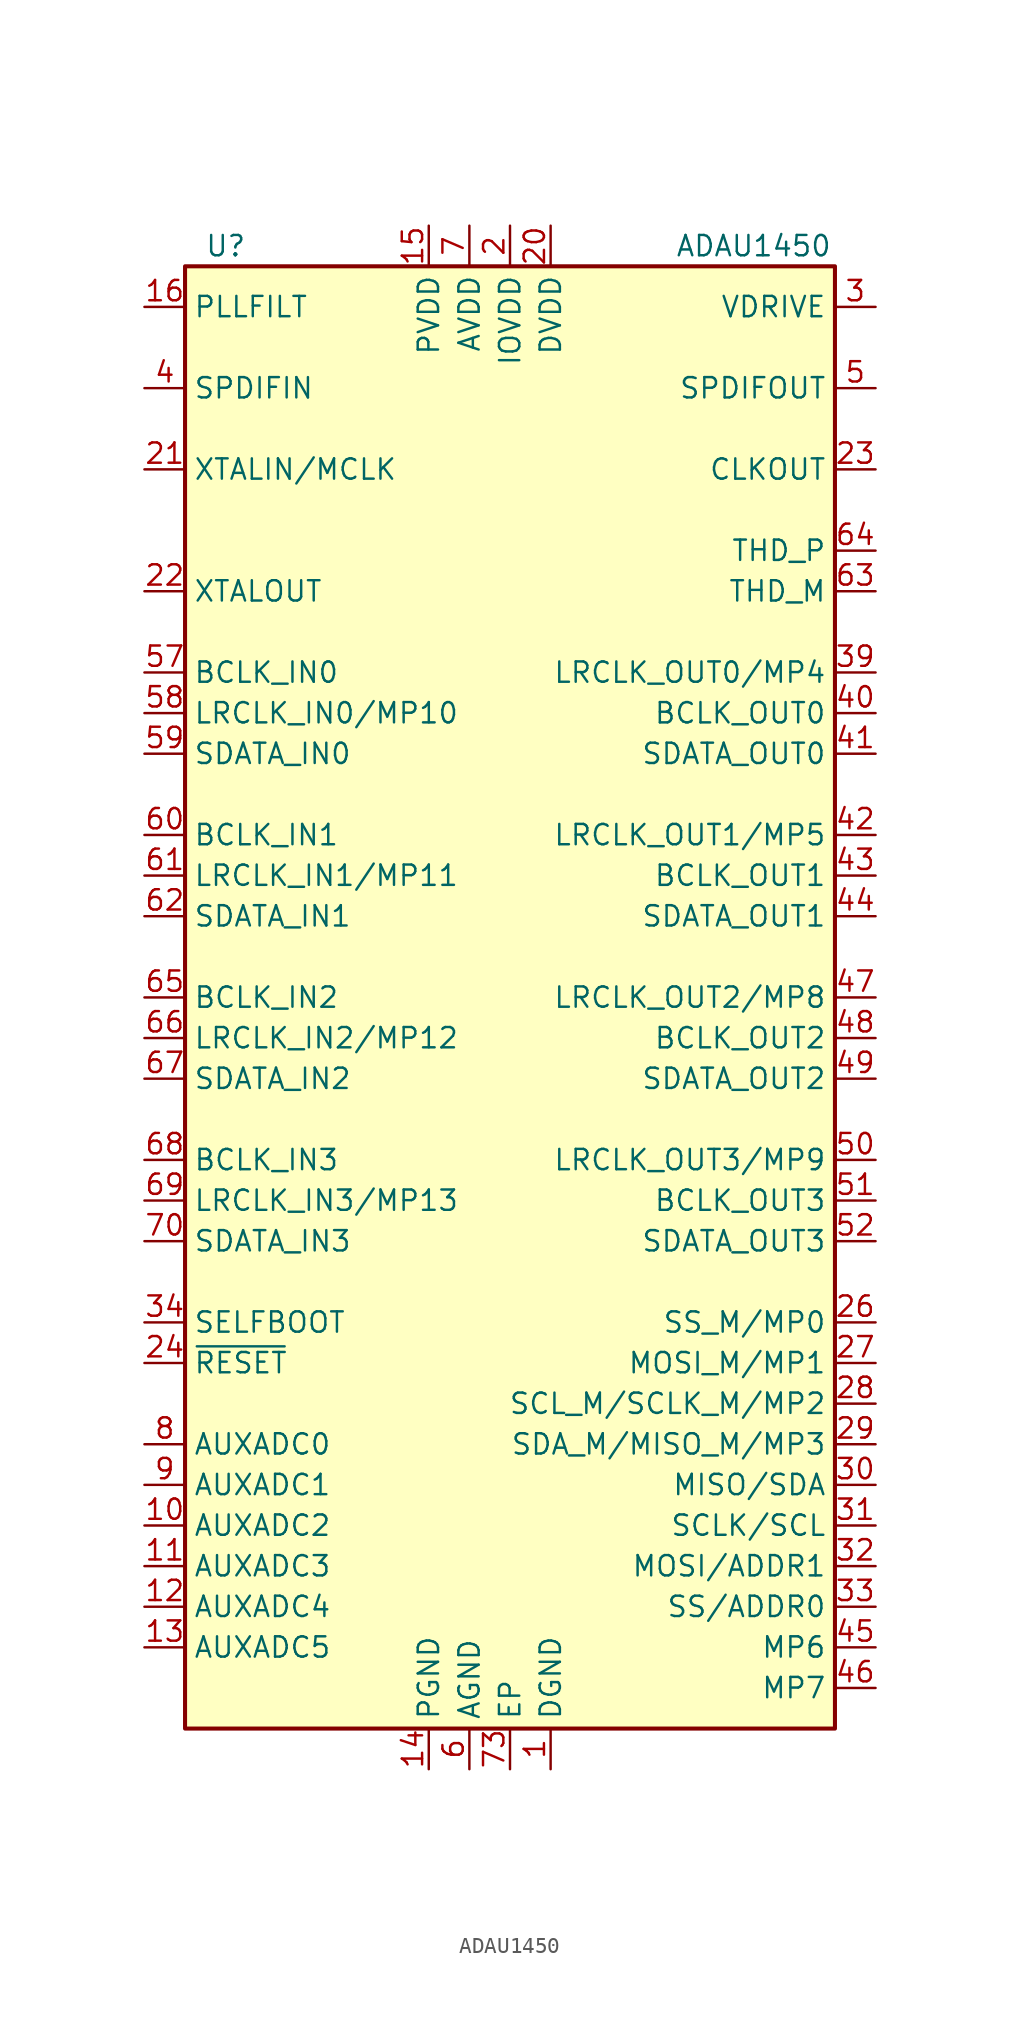
<source format=kicad_sym>
(kicad_symbol_lib
  (version 20241209)
  (generator "kicad_symbol_editor")
  (generator_version "9.0")
  (symbol "ADAU1450"
    (property "Reference" "U"
      (at -17.78 46.99 0)
      (effects (font (size 1.27 1.27))))
    (property "Value" "ADAU1450"
      (at 15.24 46.99 0)
      (effects (font (size 1.27 1.27))))
    (symbol "ADAU1450_0_1"
      (rectangle (start -20.32 45.72) (end 20.32 -45.72) (stroke (width 0.254) (type default)) (fill (type background))))
    (symbol "ADAU1450_1_1"
      (pin passive line (at -22.86 43.18 0) (length 2.54) (name "PLLFILT" (effects (font (size 1.27 1.27)))) (number "16" (effects (font (size 1.27 1.27)))))
      (pin input line (at -22.86 38.1 0) (length 2.54) (name "SPDIFIN" (effects (font (size 1.27 1.27)))) (number "4" (effects (font (size 1.27 1.27)))))
      (pin input line (at -22.86 33.02 0) (length 2.54) (name "XTALIN/MCLK" (effects (font (size 1.27 1.27)))) (number "21" (effects (font (size 1.27 1.27)))))
      (pin output line (at -22.86 25.4 0) (length 2.54) (name "XTALOUT" (effects (font (size 1.27 1.27)))) (number "22" (effects (font (size 1.27 1.27)))))
      (pin bidirectional line (at -22.86 20.32 0) (length 2.54) (name "BCLK_IN0" (effects (font (size 1.27 1.27)))) (number "57" (effects (font (size 1.27 1.27)))))
      (pin bidirectional line (at -22.86 17.78 0) (length 2.54) (name "LRCLK_IN0/MP10" (effects (font (size 1.27 1.27)))) (number "58" (effects (font (size 1.27 1.27)))))
      (pin input line (at -22.86 15.24 0) (length 2.54) (name "SDATA_IN0" (effects (font (size 1.27 1.27)))) (number "59" (effects (font (size 1.27 1.27)))))
      (pin bidirectional line (at -22.86 10.16 0) (length 2.54) (name "BCLK_IN1" (effects (font (size 1.27 1.27)))) (number "60" (effects (font (size 1.27 1.27)))))
      (pin bidirectional line (at -22.86 7.62 0) (length 2.54) (name "LRCLK_IN1/MP11" (effects (font (size 1.27 1.27)))) (number "61" (effects (font (size 1.27 1.27)))))
      (pin input line (at -22.86 5.08 0) (length 2.54) (name "SDATA_IN1" (effects (font (size 1.27 1.27)))) (number "62" (effects (font (size 1.27 1.27)))))
      (pin bidirectional line (at -22.86 0 0) (length 2.54) (name "BCLK_IN2" (effects (font (size 1.27 1.27)))) (number "65" (effects (font (size 1.27 1.27)))))
      (pin bidirectional line (at -22.86 -2.54 0) (length 2.54) (name "LRCLK_IN2/MP12" (effects (font (size 1.27 1.27)))) (number "66" (effects (font (size 1.27 1.27)))))
      (pin input line (at -22.86 -5.08 0) (length 2.54) (name "SDATA_IN2" (effects (font (size 1.27 1.27)))) (number "67" (effects (font (size 1.27 1.27)))))
      (pin bidirectional line (at -22.86 -10.16 0) (length 2.54) (name "BCLK_IN3" (effects (font (size 1.27 1.27)))) (number "68" (effects (font (size 1.27 1.27)))))
      (pin bidirectional line (at -22.86 -12.7 0) (length 2.54) (name "LRCLK_IN3/MP13" (effects (font (size 1.27 1.27)))) (number "69" (effects (font (size 1.27 1.27)))))
      (pin input line (at -22.86 -15.24 0) (length 2.54) (name "SDATA_IN3" (effects (font (size 1.27 1.27)))) (number "70" (effects (font (size 1.27 1.27)))))
      (pin input line (at -22.86 -20.32 0) (length 2.54) (name "SELFBOOT" (effects (font (size 1.27 1.27)))) (number "34" (effects (font (size 1.27 1.27)))))
      (pin input line (at -22.86 -22.86 0) (length 2.54) (name "~{RESET}" (effects (font (size 1.27 1.27)))) (number "24" (effects (font (size 1.27 1.27)))))
      (pin input line (at -22.86 -27.94 0) (length 2.54) (name "AUXADC0" (effects (font (size 1.27 1.27)))) (number "8" (effects (font (size 1.27 1.27)))))
      (pin input line (at -22.86 -30.48 0) (length 2.54) (name "AUXADC1" (effects (font (size 1.27 1.27)))) (number "9" (effects (font (size 1.27 1.27)))))
      (pin input line (at -22.86 -33.02 0) (length 2.54) (name "AUXADC2" (effects (font (size 1.27 1.27)))) (number "10" (effects (font (size 1.27 1.27)))))
      (pin input line (at -22.86 -35.56 0) (length 2.54) (name "AUXADC3" (effects (font (size 1.27 1.27)))) (number "11" (effects (font (size 1.27 1.27)))))
      (pin input line (at -22.86 -38.1 0) (length 2.54) (name "AUXADC4" (effects (font (size 1.27 1.27)))) (number "12" (effects (font (size 1.27 1.27)))))
      (pin input line (at -22.86 -40.64 0) (length 2.54) (name "AUXADC5" (effects (font (size 1.27 1.27)))) (number "13" (effects (font (size 1.27 1.27)))))
      (pin power_in line (at -5.08 48.26 270) (length 2.54) (name "PVDD" (effects (font (size 1.27 1.27)))) (number "15" (effects (font (size 1.27 1.27)))))
      (pin power_in line (at -5.08 -48.26 90) (length 2.54) (name "PGND" (effects (font (size 1.27 1.27)))) (number "14" (effects (font (size 1.27 1.27)))))
      (pin power_in line (at -2.54 48.26 270) (length 2.54) (name "AVDD" (effects (font (size 1.27 1.27)))) (number "7" (effects (font (size 1.27 1.27)))))
      (pin power_in line (at -2.54 -48.26 90) (length 2.54) (name "AGND" (effects (font (size 1.27 1.27)))) (number "6" (effects (font (size 1.27 1.27)))))
      (pin passive line (at 0 48.26 270) (length 2.54) (hide yes) (name "IOVDD" (effects (font (size 1.27 1.27)))) (number "18" (effects (font (size 1.27 1.27)))))
      (pin power_in line (at 0 48.26 270) (length 2.54) (name "IOVDD" (effects (font (size 1.27 1.27)))) (number "2" (effects (font (size 1.27 1.27)))))
      (pin passive line (at 0 48.26 270) (length 2.54) (hide yes) (name "IOVDD" (effects (font (size 1.27 1.27)))) (number "38" (effects (font (size 1.27 1.27)))))
      (pin passive line (at 0 48.26 270) (length 2.54) (hide yes) (name "IOVDD" (effects (font (size 1.27 1.27)))) (number "56" (effects (font (size 1.27 1.27)))))
      (pin power_in line (at 0 -48.26 90) (length 2.54) (name "EP" (effects (font (size 1.27 1.27)))) (number "73" (effects (font (size 1.27 1.27)))))
      (pin power_in line (at 2.54 48.26 270) (length 2.54) (name "DVDD" (effects (font (size 1.27 1.27)))) (number "20" (effects (font (size 1.27 1.27)))))
      (pin passive line (at 2.54 48.26 270) (length 2.54) (hide yes) (name "DVDD" (effects (font (size 1.27 1.27)))) (number "35" (effects (font (size 1.27 1.27)))))
      (pin passive line (at 2.54 48.26 270) (length 2.54) (hide yes) (name "DVDD" (effects (font (size 1.27 1.27)))) (number "53" (effects (font (size 1.27 1.27)))))
      (pin passive line (at 2.54 48.26 270) (length 2.54) (hide yes) (name "DVDD" (effects (font (size 1.27 1.27)))) (number "71" (effects (font (size 1.27 1.27)))))
      (pin power_in line (at 2.54 -48.26 90) (length 2.54) (name "DGND" (effects (font (size 1.27 1.27)))) (number "1" (effects (font (size 1.27 1.27)))))
      (pin passive line (at 2.54 -48.26 90) (length 2.54) (hide yes) (name "DGND" (effects (font (size 1.27 1.27)))) (number "17" (effects (font (size 1.27 1.27)))))
      (pin passive line (at 2.54 -48.26 90) (length 2.54) (hide yes) (name "DGND" (effects (font (size 1.27 1.27)))) (number "19" (effects (font (size 1.27 1.27)))))
      (pin passive line (at 2.54 -48.26 90) (length 2.54) (hide yes) (name "DGND" (effects (font (size 1.27 1.27)))) (number "25" (effects (font (size 1.27 1.27)))))
      (pin passive line (at 2.54 -48.26 90) (length 2.54) (hide yes) (name "DGND" (effects (font (size 1.27 1.27)))) (number "36" (effects (font (size 1.27 1.27)))))
      (pin passive line (at 2.54 -48.26 90) (length 2.54) (hide yes) (name "DGND" (effects (font (size 1.27 1.27)))) (number "37" (effects (font (size 1.27 1.27)))))
      (pin passive line (at 2.54 -48.26 90) (length 2.54) (hide yes) (name "DGND" (effects (font (size 1.27 1.27)))) (number "54" (effects (font (size 1.27 1.27)))))
      (pin passive line (at 2.54 -48.26 90) (length 2.54) (hide yes) (name "DGND" (effects (font (size 1.27 1.27)))) (number "55" (effects (font (size 1.27 1.27)))))
      (pin passive line (at 2.54 -48.26 90) (length 2.54) (hide yes) (name "DGND" (effects (font (size 1.27 1.27)))) (number "72" (effects (font (size 1.27 1.27)))))
      (pin output line (at 22.86 43.18 180) (length 2.54) (name "VDRIVE" (effects (font (size 1.27 1.27)))) (number "3" (effects (font (size 1.27 1.27)))))
      (pin output line (at 22.86 38.1 180) (length 2.54) (name "SPDIFOUT" (effects (font (size 1.27 1.27)))) (number "5" (effects (font (size 1.27 1.27)))))
      (pin output line (at 22.86 33.02 180) (length 2.54) (name "CLKOUT" (effects (font (size 1.27 1.27)))) (number "23" (effects (font (size 1.27 1.27)))))
      (pin passive line (at 22.86 27.94 180) (length 2.54) (name "THD_P" (effects (font (size 1.27 1.27)))) (number "64" (effects (font (size 1.27 1.27)))))
      (pin passive line (at 22.86 25.4 180) (length 2.54) (name "THD_M" (effects (font (size 1.27 1.27)))) (number "63" (effects (font (size 1.27 1.27)))))
      (pin bidirectional line (at 22.86 20.32 180) (length 2.54) (name "LRCLK_OUT0/MP4" (effects (font (size 1.27 1.27)))) (number "39" (effects (font (size 1.27 1.27)))))
      (pin bidirectional line (at 22.86 17.78 180) (length 2.54) (name "BCLK_OUT0" (effects (font (size 1.27 1.27)))) (number "40" (effects (font (size 1.27 1.27)))))
      (pin output line (at 22.86 15.24 180) (length 2.54) (name "SDATA_OUT0" (effects (font (size 1.27 1.27)))) (number "41" (effects (font (size 1.27 1.27)))))
      (pin bidirectional line (at 22.86 10.16 180) (length 2.54) (name "LRCLK_OUT1/MP5" (effects (font (size 1.27 1.27)))) (number "42" (effects (font (size 1.27 1.27)))))
      (pin bidirectional line (at 22.86 7.62 180) (length 2.54) (name "BCLK_OUT1" (effects (font (size 1.27 1.27)))) (number "43" (effects (font (size 1.27 1.27)))))
      (pin output line (at 22.86 5.08 180) (length 2.54) (name "SDATA_OUT1" (effects (font (size 1.27 1.27)))) (number "44" (effects (font (size 1.27 1.27)))))
      (pin bidirectional line (at 22.86 0 180) (length 2.54) (name "LRCLK_OUT2/MP8" (effects (font (size 1.27 1.27)))) (number "47" (effects (font (size 1.27 1.27)))))
      (pin bidirectional line (at 22.86 -2.54 180) (length 2.54) (name "BCLK_OUT2" (effects (font (size 1.27 1.27)))) (number "48" (effects (font (size 1.27 1.27)))))
      (pin output line (at 22.86 -5.08 180) (length 2.54) (name "SDATA_OUT2" (effects (font (size 1.27 1.27)))) (number "49" (effects (font (size 1.27 1.27)))))
      (pin bidirectional line (at 22.86 -10.16 180) (length 2.54) (name "LRCLK_OUT3/MP9" (effects (font (size 1.27 1.27)))) (number "50" (effects (font (size 1.27 1.27)))))
      (pin bidirectional line (at 22.86 -12.7 180) (length 2.54) (name "BCLK_OUT3" (effects (font (size 1.27 1.27)))) (number "51" (effects (font (size 1.27 1.27)))))
      (pin output line (at 22.86 -15.24 180) (length 2.54) (name "SDATA_OUT3" (effects (font (size 1.27 1.27)))) (number "52" (effects (font (size 1.27 1.27)))))
      (pin bidirectional line (at 22.86 -20.32 180) (length 2.54) (name "SS_M/MP0" (effects (font (size 1.27 1.27)))) (number "26" (effects (font (size 1.27 1.27)))))
      (pin bidirectional line (at 22.86 -22.86 180) (length 2.54) (name "MOSI_M/MP1" (effects (font (size 1.27 1.27)))) (number "27" (effects (font (size 1.27 1.27)))))
      (pin bidirectional line (at 22.86 -25.4 180) (length 2.54) (name "SCL_M/SCLK_M/MP2" (effects (font (size 1.27 1.27)))) (number "28" (effects (font (size 1.27 1.27)))))
      (pin bidirectional line (at 22.86 -27.94 180) (length 2.54) (name "SDA_M/MISO_M/MP3" (effects (font (size 1.27 1.27)))) (number "29" (effects (font (size 1.27 1.27)))))
      (pin bidirectional line (at 22.86 -30.48 180) (length 2.54) (name "MISO/SDA" (effects (font (size 1.27 1.27)))) (number "30" (effects (font (size 1.27 1.27)))))
      (pin input line (at 22.86 -33.02 180) (length 2.54) (name "SCLK/SCL" (effects (font (size 1.27 1.27)))) (number "31" (effects (font (size 1.27 1.27)))))
      (pin input line (at 22.86 -35.56 180) (length 2.54) (name "MOSI/ADDR1" (effects (font (size 1.27 1.27)))) (number "32" (effects (font (size 1.27 1.27)))))
      (pin input line (at 22.86 -38.1 180) (length 2.54) (name "SS/ADDR0" (effects (font (size 1.27 1.27)))) (number "33" (effects (font (size 1.27 1.27)))))
      (pin bidirectional line (at 22.86 -40.64 180) (length 2.54) (name "MP6" (effects (font (size 1.27 1.27)))) (number "45" (effects (font (size 1.27 1.27)))))
      (pin bidirectional line (at 22.86 -43.18 180) (length 2.54) (name "MP7" (effects (font (size 1.27 1.27)))) (number "46" (effects (font (size 1.27 1.27))))))))
</source>
